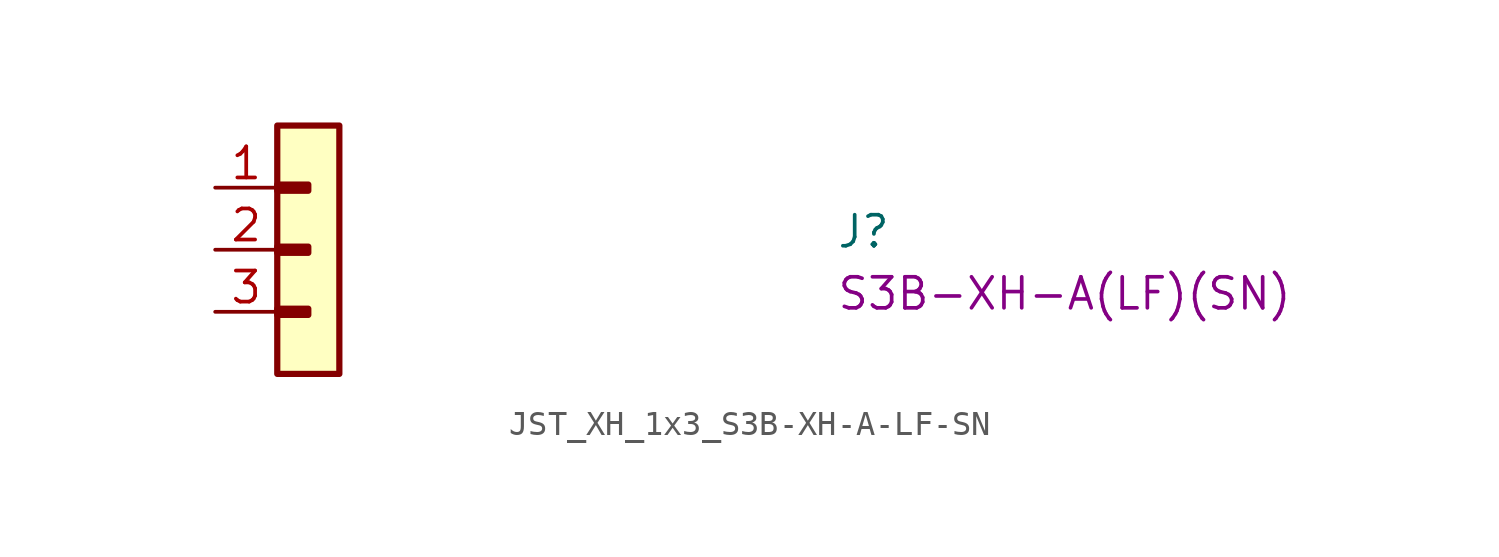
<source format=kicad_sym>
(kicad_symbol_lib
  (version 20220914)
  (generator kicad_symbol_editor)
  (symbol "JST_XH_1x3_S3B-XH-A-LF-SN"
    (property "Reference" "J"
      (at 25.4 -2.54 0)
      (effects (font (size 1.27 1.27) (thickness 0.15)) (justify left bottom)))
    (property "MPN" "S3B-XH-A(LF)(SN)"
      (at 25.4 -5.08 0)
      (effects (font (size 1.27 1.27) (thickness 0.15)) (justify left bottom)))
    (symbol "JST_XH_1x3_S3B-XH-A-LF-SN_1_1"
      (rectangle (start 2.54 -4.953) (end 3.81 -5.207) (stroke (width 0.254) (type default)) (fill (type background)))
      (rectangle (start 2.54 -2.413) (end 3.81 -2.667) (stroke (width 0.254) (type default)) (fill (type background)))
      (rectangle (start 2.54 0.127) (end 3.81 -0.127) (stroke (width 0.254) (type default)) (fill (type background)))
      (rectangle (start 2.54 2.54) (end 5.08 -7.62) (stroke (width 0.254) (type default)) (fill (type background)))
      (pin passive line (at 0 0 0) (length 2.54) (name "~" (effects (font (size 1.27 1.27)))) (number "1" (effects (font (size 1.27 1.27)))))
      (pin passive line (at 0 -2.54 0) (length 2.54) (name "~" (effects (font (size 1.27 1.27)))) (number "2" (effects (font (size 1.27 1.27)))))
      (pin passive line (at 0 -5.08 0) (length 2.54) (name "~" (effects (font (size 1.27 1.27)))) (number "3" (effects (font (size 1.27 1.27))))))))
</source>
